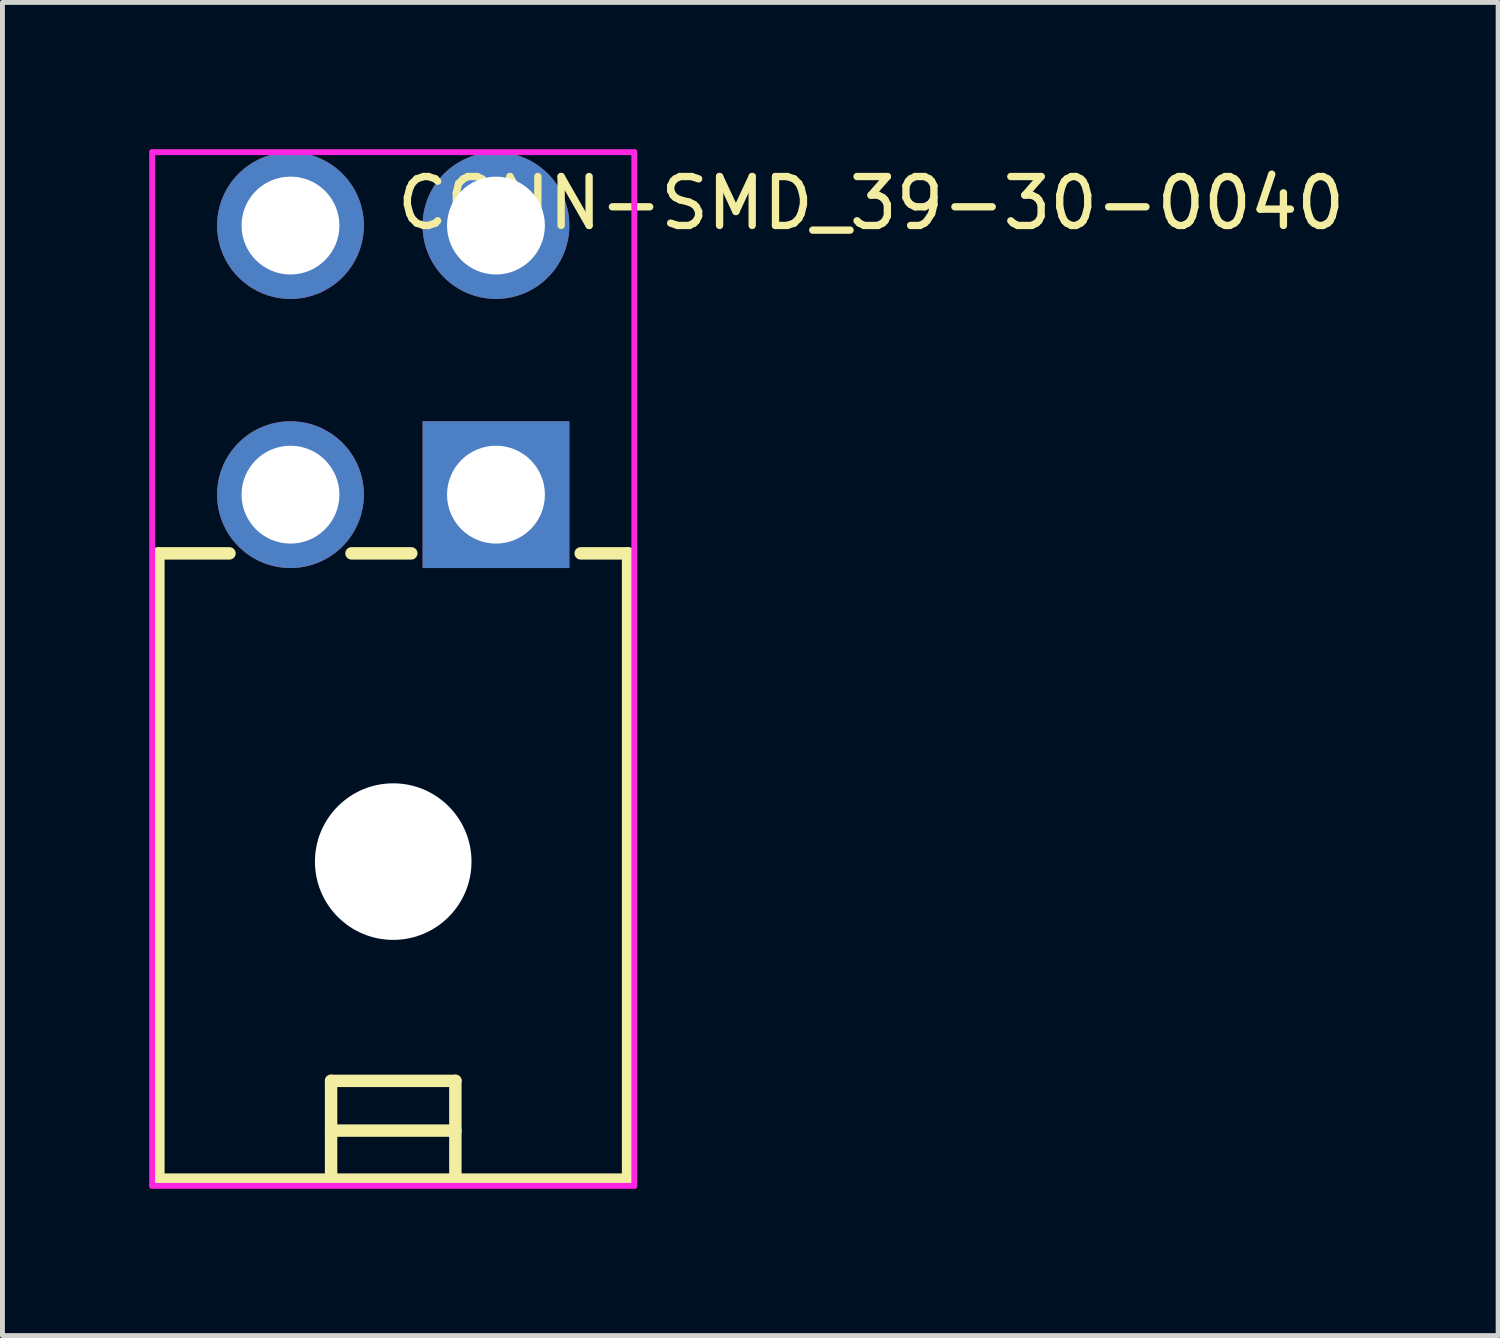
<source format=kicad_pcb>
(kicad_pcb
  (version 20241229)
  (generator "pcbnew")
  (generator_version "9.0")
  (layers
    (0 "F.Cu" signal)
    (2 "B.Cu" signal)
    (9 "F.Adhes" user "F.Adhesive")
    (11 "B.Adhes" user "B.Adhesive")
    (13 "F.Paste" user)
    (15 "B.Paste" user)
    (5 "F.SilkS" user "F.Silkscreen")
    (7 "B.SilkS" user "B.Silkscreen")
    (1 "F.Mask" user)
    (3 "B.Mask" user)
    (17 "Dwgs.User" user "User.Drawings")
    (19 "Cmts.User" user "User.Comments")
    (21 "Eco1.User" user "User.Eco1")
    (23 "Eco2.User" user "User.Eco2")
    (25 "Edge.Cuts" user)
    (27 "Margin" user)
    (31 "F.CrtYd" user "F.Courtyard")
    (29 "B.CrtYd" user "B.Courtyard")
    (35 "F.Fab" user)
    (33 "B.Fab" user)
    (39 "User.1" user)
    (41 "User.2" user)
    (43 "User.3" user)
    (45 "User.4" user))
  (footprint "CONN-SMD_39-30-0040"
    (layer "F.Cu")
    (at 4.987 4.31)
    (property "Reference" "CONN-SMD_39-30-0040" (at 0 -3.207 0) (layer "F.SilkS") (effects (font (size 1 1) (thickness 0.15)) (justify left)))
    (attr through_hole)
    (fp_line (start -4.8 3.95) (end -4.8 16.75) (stroke (width 0.254) (type solid)) (layer "F.SilkS"))
    (fp_line (start -4.8 3.95) (end -3.347 3.95) (stroke (width 0.254) (type solid)) (layer "F.SilkS"))
    (fp_line (start -4.8 16.75) (end 4.8 16.75) (stroke (width 0.254) (type solid)) (layer "F.SilkS"))
    (fp_line (start -1.27 14.731) (end 1.27 14.731) (stroke (width 0.254) (type solid)) (layer "F.SilkS"))
    (fp_line (start -1.27 15.748) (end 1.27 15.748) (stroke (width 0.254) (type solid)) (layer "F.SilkS"))
    (fp_line (start -1.27 16.72) (end -1.27 14.731) (stroke (width 0.254) (type solid)) (layer "F.SilkS"))
    (fp_line (start -0.853 3.95) (end 0.369 3.95) (stroke (width 0.254) (type solid)) (layer "F.SilkS"))
    (fp_line (start 1.27 14.731) (end 1.27 16.72) (stroke (width 0.254) (type solid)) (layer "F.SilkS"))
    (fp_line (start 3.831 3.95) (end 4.8 3.95) (stroke (width 0.254) (type solid)) (layer "F.SilkS"))
    (fp_line (start 4.8 16.75) (end 4.8 3.95) (stroke (width 0.254) (type solid)) (layer "F.SilkS"))
    (fp_circle (center -2.1 -2.75) (end -1.65 -2.75) (stroke (width 0.9) (type solid)) (fill no) (layer "Eco2.User"))
    (fp_circle (center -2.1 2.75) (end -1.65 2.75) (stroke (width 0.9) (type solid)) (fill no) (layer "Eco2.User"))
    (fp_circle (center 0 10.25) (end 0.75 10.25) (stroke (width 1.5) (type solid)) (fill no) (layer "Eco2.User"))
    (fp_circle (center 2.1 -2.75) (end 2.55 -2.75) (stroke (width 0.9) (type solid)) (fill no) (layer "Eco2.User"))
    (fp_circle (center 2.1 2.75) (end 2.55 2.75) (stroke (width 0.9) (type solid)) (fill no) (layer "Eco2.User"))
    (fp_circle (center 4.927 16.877) (end 4.957 16.877) (stroke (width 0.06) (type solid)) (fill no) (layer "Eco2.User"))
    (fp_line (start -4.927 -4.25) (end 4.927 -4.25) (stroke (width 0.12) (type solid)) (layer "F.CrtYd"))
    (fp_line (start -4.927 16.877) (end -4.927 -4.25) (stroke (width 0.12) (type solid)) (layer "F.CrtYd"))
    (fp_line (start 4.927 -4.25) (end 4.927 16.877) (stroke (width 0.12) (type solid)) (layer "F.CrtYd"))
    (fp_line (start 4.927 16.877) (end -4.927 16.877) (stroke (width 0.12) (type solid)) (layer "F.CrtYd"))
    (pad "" np_thru_hole circle (at 0 10.25) (size 3.2 3.2) (drill 3.2) (layers "*.Cu" "*.Mask"))
    (pad "1" thru_hole rect (at 2.1 2.75) (size 3 3) (drill 2) (layers "*.Cu" "*.Mask"))
    (pad "2" thru_hole circle (at -2.1 2.75) (size 3 3) (drill 2) (layers "*.Cu" "*.Mask"))
    (pad "3" thru_hole circle (at 2.1 -2.75) (size 3 3) (drill 2) (layers "*.Cu" "*.Mask"))
    (pad "4" thru_hole circle (at -2.1 -2.75) (size 3 3) (drill 2) (layers "*.Cu" "*.Mask")))
  (gr_rect
    (start -3 -3)
    (end 27.57 24.247)
    (stroke (width 0.1) (type default))
    (fill no)
    (layer "Edge.Cuts")))
</source>
